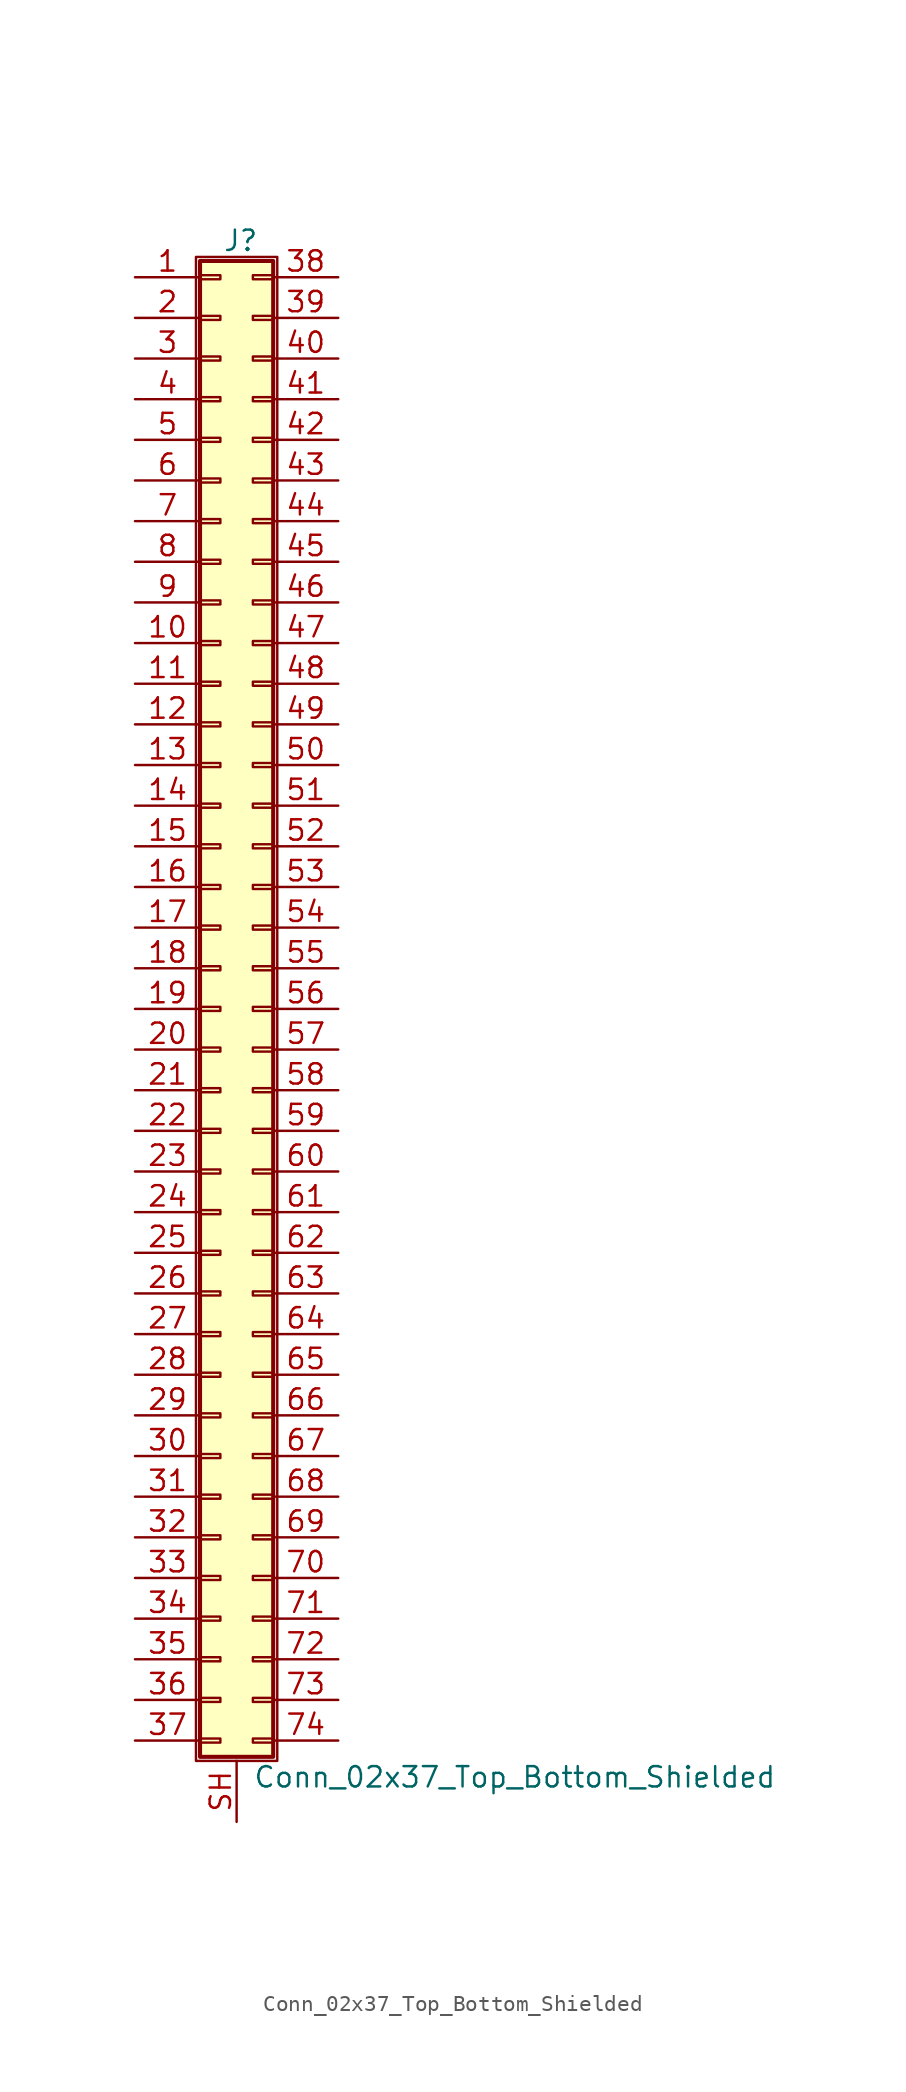
<source format=kicad_sym>
(kicad_symbol_lib
  (version 20201005)
  (generator kicad_symbol_editor)
  (symbol "Connector_Generic_Shielded:Conn_02x37_Top_Bottom_Shielded"
    (pin_names
      (offset 1.016) hide)
    (property "Reference" "J"
      (at 1.524 48.006 0)
      (effects (font (size 1.27 1.27))))
    (property "Value" "Conn_02x37_Top_Bottom_Shielded"
      (at 2.286 -48.006 0)
      (effects (font (size 1.27 1.27)) (justify left)))
    (symbol "Conn_02x37_Top_Bottom_Shielded_1_1"
      (rectangle (start -1.016 -27.813) (end 0.254 -28.067) (stroke (width 0.152)) (fill (type none)))
      (rectangle (start -1.016 -30.353) (end 0.254 -30.607) (stroke (width 0.152)) (fill (type none)))
      (rectangle (start -1.016 -32.893) (end 0.254 -33.147) (stroke (width 0.152)) (fill (type none)))
      (rectangle (start -1.016 -35.433) (end 0.254 -35.687) (stroke (width 0.152)) (fill (type none)))
      (rectangle (start -1.016 -37.973) (end 0.254 -38.227) (stroke (width 0.152)) (fill (type none)))
      (rectangle (start -1.016 -40.513) (end 0.254 -40.767) (stroke (width 0.152)) (fill (type none)))
      (rectangle (start -1.016 -43.053) (end 0.254 -43.307) (stroke (width 0.152)) (fill (type none)))
      (rectangle (start -1.016 -45.593) (end 0.254 -45.847) (stroke (width 0.152)) (fill (type none)))
      (rectangle (start -1.016 -4.953) (end 0.254 -5.207) (stroke (width 0.152)) (fill (type none)))
      (rectangle (start -1.016 -7.493) (end 0.254 -7.747) (stroke (width 0.152)) (fill (type none)))
      (rectangle (start -1.016 -10.033) (end 0.254 -10.287) (stroke (width 0.152)) (fill (type none)))
      (rectangle (start -1.016 -12.573) (end 0.254 -12.827) (stroke (width 0.152)) (fill (type none)))
      (rectangle (start -1.016 -15.113) (end 0.254 -15.367) (stroke (width 0.152)) (fill (type none)))
      (rectangle (start -1.016 -17.653) (end 0.254 -17.907) (stroke (width 0.152)) (fill (type none)))
      (rectangle (start -1.016 -20.193) (end 0.254 -20.447) (stroke (width 0.152)) (fill (type none)))
      (rectangle (start -1.016 -22.733) (end 0.254 -22.987) (stroke (width 0.152)) (fill (type none)))
      (rectangle (start -1.016 -2.413) (end 0.254 -2.667) (stroke (width 0.152)) (fill (type none)))
      (rectangle (start -1.016 -25.273) (end 0.254 -25.527) (stroke (width 0.152)) (fill (type none)))
      (rectangle (start -1.016 25.527) (end 0.254 25.273) (stroke (width 0.152)) (fill (type none)))
      (rectangle (start -1.016 2.667) (end 0.254 2.413) (stroke (width 0.152)) (fill (type none)))
      (rectangle (start -1.016 28.067) (end 0.254 27.813) (stroke (width 0.152)) (fill (type none)))
      (rectangle (start -1.016 30.607) (end 0.254 30.353) (stroke (width 0.152)) (fill (type none)))
      (rectangle (start -1.016 33.147) (end 0.254 32.893) (stroke (width 0.152)) (fill (type none)))
      (rectangle (start -1.016 35.687) (end 0.254 35.433) (stroke (width 0.152)) (fill (type none)))
      (rectangle (start -1.016 38.227) (end 0.254 37.973) (stroke (width 0.152)) (fill (type none)))
      (rectangle (start -1.016 40.767) (end 0.254 40.513) (stroke (width 0.152)) (fill (type none)))
      (rectangle (start -1.016 43.307) (end 0.254 43.053) (stroke (width 0.152)) (fill (type none)))
      (rectangle (start -1.016 45.847) (end 0.254 45.593) (stroke (width 0.152)) (fill (type none)))
      (rectangle (start -1.016 46.736) (end 3.556 -46.736) (stroke (width 0.254)) (fill (type background)))
      (rectangle (start -1.016 5.207) (end 0.254 4.953) (stroke (width 0.152)) (fill (type none)))
      (rectangle (start -1.016 7.747) (end 0.254 7.493) (stroke (width 0.152)) (fill (type none)))
      (rectangle (start -1.016 10.287) (end 0.254 10.033) (stroke (width 0.152)) (fill (type none)))
      (rectangle (start -1.016 0.127) (end 0.254 -0.127) (stroke (width 0.152)) (fill (type none)))
      (rectangle (start -1.016 12.827) (end 0.254 12.573) (stroke (width 0.152)) (fill (type none)))
      (rectangle (start -1.016 15.367) (end 0.254 15.113) (stroke (width 0.152)) (fill (type none)))
      (rectangle (start -1.016 17.907) (end 0.254 17.653) (stroke (width 0.152)) (fill (type none)))
      (rectangle (start -1.016 20.447) (end 0.254 20.193) (stroke (width 0.152)) (fill (type none)))
      (rectangle (start -1.016 22.987) (end 0.254 22.733) (stroke (width 0.152)) (fill (type none)))
      (rectangle (start -1.27 46.99) (end 3.81 -46.99) (stroke (width 0.152)) (fill (type none)))
      (rectangle (start 3.556 -27.813) (end 2.286 -28.067) (stroke (width 0.152)) (fill (type none)))
      (rectangle (start 3.556 -30.353) (end 2.286 -30.607) (stroke (width 0.152)) (fill (type none)))
      (rectangle (start 3.556 -32.893) (end 2.286 -33.147) (stroke (width 0.152)) (fill (type none)))
      (rectangle (start 3.556 -35.433) (end 2.286 -35.687) (stroke (width 0.152)) (fill (type none)))
      (rectangle (start 3.556 -37.973) (end 2.286 -38.227) (stroke (width 0.152)) (fill (type none)))
      (rectangle (start 3.556 -40.513) (end 2.286 -40.767) (stroke (width 0.152)) (fill (type none)))
      (rectangle (start 3.556 -43.053) (end 2.286 -43.307) (stroke (width 0.152)) (fill (type none)))
      (rectangle (start 3.556 -45.593) (end 2.286 -45.847) (stroke (width 0.152)) (fill (type none)))
      (rectangle (start 3.556 -4.953) (end 2.286 -5.207) (stroke (width 0.152)) (fill (type none)))
      (rectangle (start 3.556 -7.493) (end 2.286 -7.747) (stroke (width 0.152)) (fill (type none)))
      (rectangle (start 3.556 -10.033) (end 2.286 -10.287) (stroke (width 0.152)) (fill (type none)))
      (rectangle (start 3.556 -12.573) (end 2.286 -12.827) (stroke (width 0.152)) (fill (type none)))
      (rectangle (start 3.556 -15.113) (end 2.286 -15.367) (stroke (width 0.152)) (fill (type none)))
      (rectangle (start 3.556 -17.653) (end 2.286 -17.907) (stroke (width 0.152)) (fill (type none)))
      (rectangle (start 3.556 -20.193) (end 2.286 -20.447) (stroke (width 0.152)) (fill (type none)))
      (rectangle (start 3.556 -22.733) (end 2.286 -22.987) (stroke (width 0.152)) (fill (type none)))
      (rectangle (start 3.556 -2.413) (end 2.286 -2.667) (stroke (width 0.152)) (fill (type none)))
      (rectangle (start 3.556 -25.273) (end 2.286 -25.527) (stroke (width 0.152)) (fill (type none)))
      (rectangle (start 3.556 25.527) (end 2.286 25.273) (stroke (width 0.152)) (fill (type none)))
      (rectangle (start 3.556 2.667) (end 2.286 2.413) (stroke (width 0.152)) (fill (type none)))
      (rectangle (start 3.556 28.067) (end 2.286 27.813) (stroke (width 0.152)) (fill (type none)))
      (rectangle (start 3.556 30.607) (end 2.286 30.353) (stroke (width 0.152)) (fill (type none)))
      (rectangle (start 3.556 33.147) (end 2.286 32.893) (stroke (width 0.152)) (fill (type none)))
      (rectangle (start 3.556 35.687) (end 2.286 35.433) (stroke (width 0.152)) (fill (type none)))
      (rectangle (start 3.556 38.227) (end 2.286 37.973) (stroke (width 0.152)) (fill (type none)))
      (rectangle (start 3.556 40.767) (end 2.286 40.513) (stroke (width 0.152)) (fill (type none)))
      (rectangle (start 3.556 43.307) (end 2.286 43.053) (stroke (width 0.152)) (fill (type none)))
      (rectangle (start 3.556 45.847) (end 2.286 45.593) (stroke (width 0.152)) (fill (type none)))
      (rectangle (start 3.556 5.207) (end 2.286 4.953) (stroke (width 0.152)) (fill (type none)))
      (rectangle (start 3.556 7.747) (end 2.286 7.493) (stroke (width 0.152)) (fill (type none)))
      (rectangle (start 3.556 10.287) (end 2.286 10.033) (stroke (width 0.152)) (fill (type none)))
      (rectangle (start 3.556 0.127) (end 2.286 -0.127) (stroke (width 0.152)) (fill (type none)))
      (rectangle (start 3.556 12.827) (end 2.286 12.573) (stroke (width 0.152)) (fill (type none)))
      (rectangle (start 3.556 15.367) (end 2.286 15.113) (stroke (width 0.152)) (fill (type none)))
      (rectangle (start 3.556 17.907) (end 2.286 17.653) (stroke (width 0.152)) (fill (type none)))
      (rectangle (start 3.556 20.447) (end 2.286 20.193) (stroke (width 0.152)) (fill (type none)))
      (rectangle (start 3.556 22.987) (end 2.286 22.733) (stroke (width 0.152)) (fill (type none)))
      (pin passive line (at -5.08 45.72 0) (length 4.064) (name "Pin_1" (effects (font (size 1.27 1.27)))) (number "1" (effects (font (size 1.27 1.27)))))
      (pin passive line (at -5.08 22.86 0) (length 4.064) (name "Pin_10" (effects (font (size 1.27 1.27)))) (number "10" (effects (font (size 1.27 1.27)))))
      (pin passive line (at -5.08 20.32 0) (length 4.064) (name "Pin_11" (effects (font (size 1.27 1.27)))) (number "11" (effects (font (size 1.27 1.27)))))
      (pin passive line (at -5.08 17.78 0) (length 4.064) (name "Pin_12" (effects (font (size 1.27 1.27)))) (number "12" (effects (font (size 1.27 1.27)))))
      (pin passive line (at -5.08 15.24 0) (length 4.064) (name "Pin_13" (effects (font (size 1.27 1.27)))) (number "13" (effects (font (size 1.27 1.27)))))
      (pin passive line (at -5.08 12.7 0) (length 4.064) (name "Pin_14" (effects (font (size 1.27 1.27)))) (number "14" (effects (font (size 1.27 1.27)))))
      (pin passive line (at -5.08 10.16 0) (length 4.064) (name "Pin_15" (effects (font (size 1.27 1.27)))) (number "15" (effects (font (size 1.27 1.27)))))
      (pin passive line (at -5.08 7.62 0) (length 4.064) (name "Pin_16" (effects (font (size 1.27 1.27)))) (number "16" (effects (font (size 1.27 1.27)))))
      (pin passive line (at -5.08 5.08 0) (length 4.064) (name "Pin_17" (effects (font (size 1.27 1.27)))) (number "17" (effects (font (size 1.27 1.27)))))
      (pin passive line (at -5.08 2.54 0) (length 4.064) (name "Pin_18" (effects (font (size 1.27 1.27)))) (number "18" (effects (font (size 1.27 1.27)))))
      (pin passive line (at -5.08 0 0) (length 4.064) (name "Pin_19" (effects (font (size 1.27 1.27)))) (number "19" (effects (font (size 1.27 1.27)))))
      (pin passive line (at -5.08 43.18 0) (length 4.064) (name "Pin_2" (effects (font (size 1.27 1.27)))) (number "2" (effects (font (size 1.27 1.27)))))
      (pin passive line (at -5.08 -2.54 0) (length 4.064) (name "Pin_20" (effects (font (size 1.27 1.27)))) (number "20" (effects (font (size 1.27 1.27)))))
      (pin passive line (at -5.08 -5.08 0) (length 4.064) (name "Pin_21" (effects (font (size 1.27 1.27)))) (number "21" (effects (font (size 1.27 1.27)))))
      (pin passive line (at -5.08 -7.62 0) (length 4.064) (name "Pin_22" (effects (font (size 1.27 1.27)))) (number "22" (effects (font (size 1.27 1.27)))))
      (pin passive line (at -5.08 -10.16 0) (length 4.064) (name "Pin_23" (effects (font (size 1.27 1.27)))) (number "23" (effects (font (size 1.27 1.27)))))
      (pin passive line (at -5.08 -12.7 0) (length 4.064) (name "Pin_24" (effects (font (size 1.27 1.27)))) (number "24" (effects (font (size 1.27 1.27)))))
      (pin passive line (at -5.08 -15.24 0) (length 4.064) (name "Pin_25" (effects (font (size 1.27 1.27)))) (number "25" (effects (font (size 1.27 1.27)))))
      (pin passive line (at -5.08 -17.78 0) (length 4.064) (name "Pin_26" (effects (font (size 1.27 1.27)))) (number "26" (effects (font (size 1.27 1.27)))))
      (pin passive line (at -5.08 -20.32 0) (length 4.064) (name "Pin_27" (effects (font (size 1.27 1.27)))) (number "27" (effects (font (size 1.27 1.27)))))
      (pin passive line (at -5.08 -22.86 0) (length 4.064) (name "Pin_28" (effects (font (size 1.27 1.27)))) (number "28" (effects (font (size 1.27 1.27)))))
      (pin passive line (at -5.08 -25.4 0) (length 4.064) (name "Pin_29" (effects (font (size 1.27 1.27)))) (number "29" (effects (font (size 1.27 1.27)))))
      (pin passive line (at -5.08 40.64 0) (length 4.064) (name "Pin_3" (effects (font (size 1.27 1.27)))) (number "3" (effects (font (size 1.27 1.27)))))
      (pin passive line (at -5.08 -27.94 0) (length 4.064) (name "Pin_30" (effects (font (size 1.27 1.27)))) (number "30" (effects (font (size 1.27 1.27)))))
      (pin passive line (at -5.08 -30.48 0) (length 4.064) (name "Pin_31" (effects (font (size 1.27 1.27)))) (number "31" (effects (font (size 1.27 1.27)))))
      (pin passive line (at -5.08 -33.02 0) (length 4.064) (name "Pin_32" (effects (font (size 1.27 1.27)))) (number "32" (effects (font (size 1.27 1.27)))))
      (pin passive line (at -5.08 -35.56 0) (length 4.064) (name "Pin_33" (effects (font (size 1.27 1.27)))) (number "33" (effects (font (size 1.27 1.27)))))
      (pin passive line (at -5.08 -38.1 0) (length 4.064) (name "Pin_34" (effects (font (size 1.27 1.27)))) (number "34" (effects (font (size 1.27 1.27)))))
      (pin passive line (at -5.08 -40.64 0) (length 4.064) (name "Pin_35" (effects (font (size 1.27 1.27)))) (number "35" (effects (font (size 1.27 1.27)))))
      (pin passive line (at -5.08 -43.18 0) (length 4.064) (name "Pin_36" (effects (font (size 1.27 1.27)))) (number "36" (effects (font (size 1.27 1.27)))))
      (pin passive line (at -5.08 -45.72 0) (length 4.064) (name "Pin_37" (effects (font (size 1.27 1.27)))) (number "37" (effects (font (size 1.27 1.27)))))
      (pin passive line (at 7.62 45.72 180) (length 4.064) (name "Pin_38" (effects (font (size 1.27 1.27)))) (number "38" (effects (font (size 1.27 1.27)))))
      (pin passive line (at 7.62 43.18 180) (length 4.064) (name "Pin_39" (effects (font (size 1.27 1.27)))) (number "39" (effects (font (size 1.27 1.27)))))
      (pin passive line (at -5.08 38.1 0) (length 4.064) (name "Pin_4" (effects (font (size 1.27 1.27)))) (number "4" (effects (font (size 1.27 1.27)))))
      (pin passive line (at 7.62 40.64 180) (length 4.064) (name "Pin_40" (effects (font (size 1.27 1.27)))) (number "40" (effects (font (size 1.27 1.27)))))
      (pin passive line (at 7.62 38.1 180) (length 4.064) (name "Pin_41" (effects (font (size 1.27 1.27)))) (number "41" (effects (font (size 1.27 1.27)))))
      (pin passive line (at 7.62 35.56 180) (length 4.064) (name "Pin_42" (effects (font (size 1.27 1.27)))) (number "42" (effects (font (size 1.27 1.27)))))
      (pin passive line (at 7.62 33.02 180) (length 4.064) (name "Pin_43" (effects (font (size 1.27 1.27)))) (number "43" (effects (font (size 1.27 1.27)))))
      (pin passive line (at 7.62 30.48 180) (length 4.064) (name "Pin_44" (effects (font (size 1.27 1.27)))) (number "44" (effects (font (size 1.27 1.27)))))
      (pin passive line (at 7.62 27.94 180) (length 4.064) (name "Pin_45" (effects (font (size 1.27 1.27)))) (number "45" (effects (font (size 1.27 1.27)))))
      (pin passive line (at 7.62 25.4 180) (length 4.064) (name "Pin_46" (effects (font (size 1.27 1.27)))) (number "46" (effects (font (size 1.27 1.27)))))
      (pin passive line (at 7.62 22.86 180) (length 4.064) (name "Pin_47" (effects (font (size 1.27 1.27)))) (number "47" (effects (font (size 1.27 1.27)))))
      (pin passive line (at 7.62 20.32 180) (length 4.064) (name "Pin_48" (effects (font (size 1.27 1.27)))) (number "48" (effects (font (size 1.27 1.27)))))
      (pin passive line (at 7.62 17.78 180) (length 4.064) (name "Pin_49" (effects (font (size 1.27 1.27)))) (number "49" (effects (font (size 1.27 1.27)))))
      (pin passive line (at -5.08 35.56 0) (length 4.064) (name "Pin_5" (effects (font (size 1.27 1.27)))) (number "5" (effects (font (size 1.27 1.27)))))
      (pin passive line (at 7.62 15.24 180) (length 4.064) (name "Pin_50" (effects (font (size 1.27 1.27)))) (number "50" (effects (font (size 1.27 1.27)))))
      (pin passive line (at 7.62 12.7 180) (length 4.064) (name "Pin_51" (effects (font (size 1.27 1.27)))) (number "51" (effects (font (size 1.27 1.27)))))
      (pin passive line (at 7.62 10.16 180) (length 4.064) (name "Pin_52" (effects (font (size 1.27 1.27)))) (number "52" (effects (font (size 1.27 1.27)))))
      (pin passive line (at 7.62 7.62 180) (length 4.064) (name "Pin_53" (effects (font (size 1.27 1.27)))) (number "53" (effects (font (size 1.27 1.27)))))
      (pin passive line (at 7.62 5.08 180) (length 4.064) (name "Pin_54" (effects (font (size 1.27 1.27)))) (number "54" (effects (font (size 1.27 1.27)))))
      (pin passive line (at 7.62 2.54 180) (length 4.064) (name "Pin_55" (effects (font (size 1.27 1.27)))) (number "55" (effects (font (size 1.27 1.27)))))
      (pin passive line (at 7.62 0 180) (length 4.064) (name "Pin_56" (effects (font (size 1.27 1.27)))) (number "56" (effects (font (size 1.27 1.27)))))
      (pin passive line (at 7.62 -2.54 180) (length 4.064) (name "Pin_57" (effects (font (size 1.27 1.27)))) (number "57" (effects (font (size 1.27 1.27)))))
      (pin passive line (at 7.62 -5.08 180) (length 4.064) (name "Pin_58" (effects (font (size 1.27 1.27)))) (number "58" (effects (font (size 1.27 1.27)))))
      (pin passive line (at 7.62 -7.62 180) (length 4.064) (name "Pin_59" (effects (font (size 1.27 1.27)))) (number "59" (effects (font (size 1.27 1.27)))))
      (pin passive line (at -5.08 33.02 0) (length 4.064) (name "Pin_6" (effects (font (size 1.27 1.27)))) (number "6" (effects (font (size 1.27 1.27)))))
      (pin passive line (at 7.62 -10.16 180) (length 4.064) (name "Pin_60" (effects (font (size 1.27 1.27)))) (number "60" (effects (font (size 1.27 1.27)))))
      (pin passive line (at 7.62 -12.7 180) (length 4.064) (name "Pin_61" (effects (font (size 1.27 1.27)))) (number "61" (effects (font (size 1.27 1.27)))))
      (pin passive line (at 7.62 -15.24 180) (length 4.064) (name "Pin_62" (effects (font (size 1.27 1.27)))) (number "62" (effects (font (size 1.27 1.27)))))
      (pin passive line (at 7.62 -17.78 180) (length 4.064) (name "Pin_63" (effects (font (size 1.27 1.27)))) (number "63" (effects (font (size 1.27 1.27)))))
      (pin passive line (at 7.62 -20.32 180) (length 4.064) (name "Pin_64" (effects (font (size 1.27 1.27)))) (number "64" (effects (font (size 1.27 1.27)))))
      (pin passive line (at 7.62 -22.86 180) (length 4.064) (name "Pin_65" (effects (font (size 1.27 1.27)))) (number "65" (effects (font (size 1.27 1.27)))))
      (pin passive line (at 7.62 -25.4 180) (length 4.064) (name "Pin_66" (effects (font (size 1.27 1.27)))) (number "66" (effects (font (size 1.27 1.27)))))
      (pin passive line (at 7.62 -27.94 180) (length 4.064) (name "Pin_67" (effects (font (size 1.27 1.27)))) (number "67" (effects (font (size 1.27 1.27)))))
      (pin passive line (at 7.62 -30.48 180) (length 4.064) (name "Pin_68" (effects (font (size 1.27 1.27)))) (number "68" (effects (font (size 1.27 1.27)))))
      (pin passive line (at 7.62 -33.02 180) (length 4.064) (name "Pin_69" (effects (font (size 1.27 1.27)))) (number "69" (effects (font (size 1.27 1.27)))))
      (pin passive line (at -5.08 30.48 0) (length 4.064) (name "Pin_7" (effects (font (size 1.27 1.27)))) (number "7" (effects (font (size 1.27 1.27)))))
      (pin passive line (at 7.62 -35.56 180) (length 4.064) (name "Pin_70" (effects (font (size 1.27 1.27)))) (number "70" (effects (font (size 1.27 1.27)))))
      (pin passive line (at 7.62 -38.1 180) (length 4.064) (name "Pin_71" (effects (font (size 1.27 1.27)))) (number "71" (effects (font (size 1.27 1.27)))))
      (pin passive line (at 7.62 -40.64 180) (length 4.064) (name "Pin_72" (effects (font (size 1.27 1.27)))) (number "72" (effects (font (size 1.27 1.27)))))
      (pin passive line (at 7.62 -43.18 180) (length 4.064) (name "Pin_73" (effects (font (size 1.27 1.27)))) (number "73" (effects (font (size 1.27 1.27)))))
      (pin passive line (at 7.62 -45.72 180) (length 4.064) (name "Pin_74" (effects (font (size 1.27 1.27)))) (number "74" (effects (font (size 1.27 1.27)))))
      (pin passive line (at -5.08 27.94 0) (length 4.064) (name "Pin_8" (effects (font (size 1.27 1.27)))) (number "8" (effects (font (size 1.27 1.27)))))
      (pin passive line (at -5.08 25.4 0) (length 4.064) (name "Pin_9" (effects (font (size 1.27 1.27)))) (number "9" (effects (font (size 1.27 1.27)))))
      (pin passive line (at 1.27 -50.8 90) (length 3.81) (name "Shield" (effects (font (size 1.27 1.27)))) (number "SH" (effects (font (size 1.27 1.27))))))))
</source>
